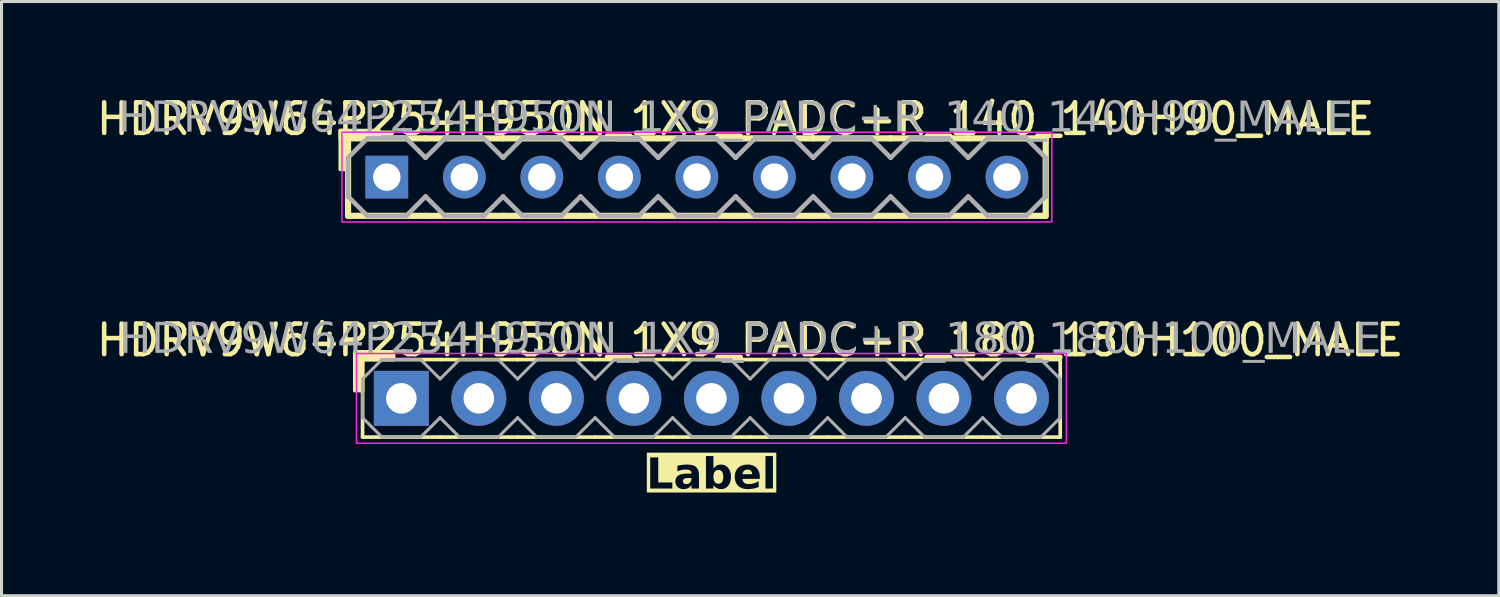
<source format=kicad_pcb>
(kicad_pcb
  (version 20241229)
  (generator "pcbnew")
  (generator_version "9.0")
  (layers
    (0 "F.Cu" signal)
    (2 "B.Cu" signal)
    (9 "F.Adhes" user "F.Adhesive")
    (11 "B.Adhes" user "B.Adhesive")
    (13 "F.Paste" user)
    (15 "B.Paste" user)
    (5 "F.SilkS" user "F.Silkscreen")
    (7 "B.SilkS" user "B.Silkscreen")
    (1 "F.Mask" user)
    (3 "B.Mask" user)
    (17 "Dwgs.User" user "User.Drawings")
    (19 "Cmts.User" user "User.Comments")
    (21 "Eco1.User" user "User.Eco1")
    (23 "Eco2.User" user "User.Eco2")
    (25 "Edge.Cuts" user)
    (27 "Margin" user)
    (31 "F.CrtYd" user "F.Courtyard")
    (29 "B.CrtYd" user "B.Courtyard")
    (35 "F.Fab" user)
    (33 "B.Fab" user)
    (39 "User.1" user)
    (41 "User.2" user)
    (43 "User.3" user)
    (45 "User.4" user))
  (footprint "HDRV9W64P254H950N_1X9_PADC+R_180_180H100_MALE"
    (layer "F.Cu")
    (at 20.26 10.002)
    (property "Reference" "HDRV9W64P254H950N_1X9_PADC+R_180_180H100_MALE" (at 1.27 -1.905 0) (layer "F.SilkS") (effects (font (size 1 1) (thickness 0.15))))
    (property "Label" "Label" (at 0 2.54 0) (layer "F.SilkS" knockout) (effects (font (face "Tahoma") (size 1 1) (thickness 0.2) (bold yes))))
    (attr through_hole)
    (fp_line (start -11.43 1.27) (end -11.43 -1.27) (stroke (width 0.12) (type solid)) (layer "F.SilkS"))
    (fp_line (start -8.89 -1.27) (end -11.43 -1.27) (stroke (width 0.12) (type solid)) (layer "F.SilkS"))
    (fp_line (start -8.89 1.27) (end -11.43 1.27) (stroke (width 0.12) (type solid)) (layer "F.SilkS"))
    (fp_line (start -6.35 -1.27) (end -8.89 -1.27) (stroke (width 0.12) (type solid)) (layer "F.SilkS"))
    (fp_line (start -6.35 1.27) (end -8.89 1.27) (stroke (width 0.12) (type solid)) (layer "F.SilkS"))
    (fp_line (start -3.81 -1.27) (end -6.35 -1.27) (stroke (width 0.12) (type solid)) (layer "F.SilkS"))
    (fp_line (start -3.81 1.27) (end -6.35 1.27) (stroke (width 0.12) (type solid)) (layer "F.SilkS"))
    (fp_line (start -1.27 -1.27) (end -3.81 -1.27) (stroke (width 0.12) (type solid)) (layer "F.SilkS"))
    (fp_line (start -1.27 1.27) (end -3.81 1.27) (stroke (width 0.12) (type solid)) (layer "F.SilkS"))
    (fp_line (start 1.27 -1.27) (end -1.27 -1.27) (stroke (width 0.12) (type solid)) (layer "F.SilkS"))
    (fp_line (start 1.27 1.27) (end -1.27 1.27) (stroke (width 0.12) (type solid)) (layer "F.SilkS"))
    (fp_line (start 3.81 -1.27) (end 1.27 -1.27) (stroke (width 0.12) (type solid)) (layer "F.SilkS"))
    (fp_line (start 3.81 1.27) (end 1.27 1.27) (stroke (width 0.12) (type solid)) (layer "F.SilkS"))
    (fp_line (start 6.35 -1.27) (end 3.81 -1.27) (stroke (width 0.12) (type solid)) (layer "F.SilkS"))
    (fp_line (start 6.35 1.27) (end 3.81 1.27) (stroke (width 0.12) (type solid)) (layer "F.SilkS"))
    (fp_line (start 8.89 -1.27) (end 6.35 -1.27) (stroke (width 0.12) (type solid)) (layer "F.SilkS"))
    (fp_line (start 8.89 1.27) (end 6.35 1.27) (stroke (width 0.12) (type solid)) (layer "F.SilkS"))
    (fp_line (start 11.43 -1.27) (end 8.89 -1.27) (stroke (width 0.12) (type solid)) (layer "F.SilkS"))
    (fp_line (start 11.43 1.27) (end 8.89 1.27) (stroke (width 0.12) (type solid)) (layer "F.SilkS"))
    (fp_line (start 11.43 1.27) (end 11.43 -1.27) (stroke (width 0.12) (type solid)) (layer "F.SilkS"))
    (fp_rect (start -11.684 -0.254) (end -11.43 -1.524) (stroke (width 0.12) (type solid)) (fill yes) (layer "F.SilkS"))
    (fp_rect (start -10.414 -1.27) (end -11.684 -1.524) (stroke (width 0.12) (type solid)) (fill yes) (layer "F.SilkS"))
    (fp_rect (start -11.63 -1.47) (end 11.63 1.47) (stroke (width 0.05) (type default)) (fill no) (layer "F.CrtYd"))
    (fp_line (start -11.43 -0.635) (end -11.43 0.635) (stroke (width 0.1) (type solid)) (layer "F.Fab"))
    (fp_line (start -11.43 -0.635) (end -10.795 -1.27) (stroke (width 0.1) (type solid)) (layer "F.Fab"))
    (fp_line (start -10.795 -1.27) (end -9.525 -1.27) (stroke (width 0.1) (type solid)) (layer "F.Fab"))
    (fp_line (start -10.795 1.27) (end -11.43 0.635) (stroke (width 0.1) (type solid)) (layer "F.Fab"))
    (fp_line (start -9.525 -1.27) (end -8.89 -0.635) (stroke (width 0.1) (type solid)) (layer "F.Fab"))
    (fp_line (start -9.525 1.27) (end -10.795 1.27) (stroke (width 0.1) (type solid)) (layer "F.Fab"))
    (fp_line (start -8.89 -0.635) (end -8.255 -1.27) (stroke (width 0.1) (type solid)) (layer "F.Fab"))
    (fp_line (start -8.89 0.635) (end -9.525 1.27) (stroke (width 0.1) (type solid)) (layer "F.Fab"))
    (fp_line (start -8.255 -1.27) (end -6.985 -1.27) (stroke (width 0.1) (type solid)) (layer "F.Fab"))
    (fp_line (start -8.255 1.27) (end -8.89 0.635) (stroke (width 0.1) (type solid)) (layer "F.Fab"))
    (fp_line (start -6.985 -1.27) (end -6.35 -0.635) (stroke (width 0.1) (type solid)) (layer "F.Fab"))
    (fp_line (start -6.985 1.27) (end -8.255 1.27) (stroke (width 0.1) (type solid)) (layer "F.Fab"))
    (fp_line (start -6.35 -0.635) (end -5.715 -1.27) (stroke (width 0.1) (type solid)) (layer "F.Fab"))
    (fp_line (start -6.35 0.635) (end -6.985 1.27) (stroke (width 0.1) (type solid)) (layer "F.Fab"))
    (fp_line (start -5.715 -1.27) (end -4.445 -1.27) (stroke (width 0.1) (type solid)) (layer "F.Fab"))
    (fp_line (start -5.715 1.27) (end -6.35 0.635) (stroke (width 0.1) (type solid)) (layer "F.Fab"))
    (fp_line (start -4.445 -1.27) (end -3.81 -0.635) (stroke (width 0.1) (type solid)) (layer "F.Fab"))
    (fp_line (start -4.445 1.27) (end -5.715 1.27) (stroke (width 0.1) (type solid)) (layer "F.Fab"))
    (fp_line (start -3.81 -0.635) (end -3.175 -1.27) (stroke (width 0.1) (type solid)) (layer "F.Fab"))
    (fp_line (start -3.81 0.635) (end -4.445 1.27) (stroke (width 0.1) (type solid)) (layer "F.Fab"))
    (fp_line (start -3.175 -1.27) (end -1.905 -1.27) (stroke (width 0.1) (type solid)) (layer "F.Fab"))
    (fp_line (start -3.175 1.27) (end -3.81 0.635) (stroke (width 0.1) (type solid)) (layer "F.Fab"))
    (fp_line (start -1.905 -1.27) (end -1.27 -0.635) (stroke (width 0.1) (type solid)) (layer "F.Fab"))
    (fp_line (start -1.905 1.27) (end -3.175 1.27) (stroke (width 0.1) (type solid)) (layer "F.Fab"))
    (fp_line (start -1.27 -0.635) (end -0.635 -1.27) (stroke (width 0.1) (type solid)) (layer "F.Fab"))
    (fp_line (start -1.27 0.635) (end -1.905 1.27) (stroke (width 0.1) (type solid)) (layer "F.Fab"))
    (fp_line (start -0.635 -1.27) (end 0.635 -1.27) (stroke (width 0.1) (type solid)) (layer "F.Fab"))
    (fp_line (start -0.635 1.27) (end -1.27 0.635) (stroke (width 0.1) (type solid)) (layer "F.Fab"))
    (fp_line (start 0.635 -1.27) (end 1.27 -0.635) (stroke (width 0.1) (type solid)) (layer "F.Fab"))
    (fp_line (start 0.635 1.27) (end -0.635 1.27) (stroke (width 0.1) (type solid)) (layer "F.Fab"))
    (fp_line (start 1.27 -0.635) (end 1.905 -1.27) (stroke (width 0.1) (type solid)) (layer "F.Fab"))
    (fp_line (start 1.27 0.635) (end 0.635 1.27) (stroke (width 0.1) (type solid)) (layer "F.Fab"))
    (fp_line (start 1.905 -1.27) (end 3.175 -1.27) (stroke (width 0.1) (type solid)) (layer "F.Fab"))
    (fp_line (start 1.905 1.27) (end 1.27 0.635) (stroke (width 0.1) (type solid)) (layer "F.Fab"))
    (fp_line (start 3.175 -1.27) (end 3.81 -0.635) (stroke (width 0.1) (type solid)) (layer "F.Fab"))
    (fp_line (start 3.175 1.27) (end 1.905 1.27) (stroke (width 0.1) (type solid)) (layer "F.Fab"))
    (fp_line (start 3.81 -0.635) (end 4.445 -1.27) (stroke (width 0.1) (type solid)) (layer "F.Fab"))
    (fp_line (start 3.81 0.635) (end 3.175 1.27) (stroke (width 0.1) (type solid)) (layer "F.Fab"))
    (fp_line (start 4.445 -1.27) (end 5.715 -1.27) (stroke (width 0.1) (type solid)) (layer "F.Fab"))
    (fp_line (start 4.445 1.27) (end 3.81 0.635) (stroke (width 0.1) (type solid)) (layer "F.Fab"))
    (fp_line (start 5.715 -1.27) (end 6.35 -0.635) (stroke (width 0.1) (type solid)) (layer "F.Fab"))
    (fp_line (start 5.715 1.27) (end 4.445 1.27) (stroke (width 0.1) (type solid)) (layer "F.Fab"))
    (fp_line (start 6.35 -0.635) (end 6.985 -1.27) (stroke (width 0.1) (type solid)) (layer "F.Fab"))
    (fp_line (start 6.35 0.635) (end 5.715 1.27) (stroke (width 0.1) (type solid)) (layer "F.Fab"))
    (fp_line (start 6.985 -1.27) (end 8.255 -1.27) (stroke (width 0.1) (type solid)) (layer "F.Fab"))
    (fp_line (start 6.985 1.27) (end 6.35 0.635) (stroke (width 0.1) (type solid)) (layer "F.Fab"))
    (fp_line (start 8.255 -1.27) (end 8.89 -0.635) (stroke (width 0.1) (type solid)) (layer "F.Fab"))
    (fp_line (start 8.255 1.27) (end 6.985 1.27) (stroke (width 0.1) (type solid)) (layer "F.Fab"))
    (fp_line (start 8.89 -0.635) (end 9.525 -1.27) (stroke (width 0.1) (type solid)) (layer "F.Fab"))
    (fp_line (start 8.89 0.635) (end 8.255 1.27) (stroke (width 0.1) (type solid)) (layer "F.Fab"))
    (fp_line (start 9.525 -1.27) (end 10.795 -1.27) (stroke (width 0.1) (type solid)) (layer "F.Fab"))
    (fp_line (start 9.525 1.27) (end 8.89 0.635) (stroke (width 0.1) (type solid)) (layer "F.Fab"))
    (fp_line (start 10.795 -1.27) (end 11.43 -0.635) (stroke (width 0.1) (type solid)) (layer "F.Fab"))
    (fp_line (start 10.795 1.27) (end 9.525 1.27) (stroke (width 0.1) (type solid)) (layer "F.Fab"))
    (fp_line (start 11.43 -0.635) (end 11.43 0.635) (stroke (width 0.1) (type solid)) (layer "F.Fab"))
    (fp_line (start 11.43 0.635) (end 10.795 1.27) (stroke (width 0.1) (type solid)) (layer "F.Fab"))
    (fp_rect (start -9.906 -0.254) (end -10.414 0.254) (stroke (width 0.1) (type solid)) (fill no) (layer "F.Fab"))
    (fp_rect (start -7.366 -0.254) (end -7.874 0.254) (stroke (width 0.1) (type solid)) (fill no) (layer "F.Fab"))
    (fp_rect (start -4.826 -0.254) (end -5.334 0.254) (stroke (width 0.1) (type solid)) (fill no) (layer "F.Fab"))
    (fp_rect (start -2.286 -0.254) (end -2.794 0.254) (stroke (width 0.1) (type solid)) (fill no) (layer "F.Fab"))
    (fp_rect (start 0.254 -0.254) (end -0.254 0.254) (stroke (width 0.1) (type solid)) (fill no) (layer "F.Fab"))
    (fp_rect (start 2.794 -0.254) (end 2.286 0.254) (stroke (width 0.1) (type solid)) (fill no) (layer "F.Fab"))
    (fp_rect (start 5.334 -0.254) (end 4.826 0.254) (stroke (width 0.1) (type solid)) (fill no) (layer "F.Fab"))
    (fp_rect (start 7.874 -0.254) (end 7.366 0.254) (stroke (width 0.1) (type solid)) (fill no) (layer "F.Fab"))
    (fp_rect (start 10.414 -0.254) (end 9.906 0.254) (stroke (width 0.1) (type solid)) (fill no) (layer "F.Fab"))
    (fp_text user "${REFERENCE}" (at 1.27 -1.905 0) (layer "F.Fab") (effects (font (face "Tahoma") (size 1 1) (thickness 0.15))))
    (pad "1" thru_hole rect (at -10.16 0) (size 1.8 1.8) (drill 1) (layers "*.Cu" "*.Mask"))
    (pad "2" thru_hole circle (at -7.62 0) (size 1.8 1.8) (drill 1) (layers "*.Cu" "*.Mask"))
    (pad "3" thru_hole circle (at -5.08 0) (size 1.8 1.8) (drill 1) (layers "*.Cu" "*.Mask"))
    (pad "4" thru_hole circle (at -2.54 0) (size 1.8 1.8) (drill 1) (layers "*.Cu" "*.Mask"))
    (pad "5" thru_hole circle (at 0 0) (size 1.8 1.8) (drill 1) (layers "*.Cu" "*.Mask"))
    (pad "6" thru_hole circle (at 2.54 0) (size 1.8 1.8) (drill 1) (layers "*.Cu" "*.Mask"))
    (pad "7" thru_hole circle (at 5.08 0) (size 1.8 1.8) (drill 1) (layers "*.Cu" "*.Mask"))
    (pad "8" thru_hole circle (at 7.62 0) (size 1.8 1.8) (drill 1) (layers "*.Cu" "*.Mask"))
    (pad "9" thru_hole circle (at 10.16 0) (size 1.8 1.8) (drill 1) (layers "*.Cu" "*.Mask")))
  (footprint "HDRV9W64P254H950N_1X9_PADC+R_140_140H90_MALE"
    (layer "F.Cu")
    (at 19.784 2.753)
    (property "Reference" "HDRV9W64P254H950N_1X9_PADC+R_140_140H90_MALE" (at 1.27 -1.905 0) (layer "F.SilkS") (effects (font (size 1 1) (thickness 0.15))))
    (attr through_hole)
    (fp_line (start -11.43 1.27) (end -11.43 -1.27) (stroke (width 0.203) (type solid)) (layer "F.SilkS"))
    (fp_line (start -8.89 -1.27) (end -11.43 -1.27) (stroke (width 0.203) (type solid)) (layer "F.SilkS"))
    (fp_line (start -8.89 1.27) (end -11.43 1.27) (stroke (width 0.203) (type solid)) (layer "F.SilkS"))
    (fp_line (start -6.35 -1.27) (end -8.89 -1.27) (stroke (width 0.203) (type solid)) (layer "F.SilkS"))
    (fp_line (start -6.35 1.27) (end -8.89 1.27) (stroke (width 0.203) (type solid)) (layer "F.SilkS"))
    (fp_line (start -3.81 -1.27) (end -6.35 -1.27) (stroke (width 0.203) (type solid)) (layer "F.SilkS"))
    (fp_line (start -3.81 1.27) (end -6.35 1.27) (stroke (width 0.203) (type solid)) (layer "F.SilkS"))
    (fp_line (start -1.27 -1.27) (end -3.81 -1.27) (stroke (width 0.203) (type solid)) (layer "F.SilkS"))
    (fp_line (start -1.27 1.27) (end -3.81 1.27) (stroke (width 0.203) (type solid)) (layer "F.SilkS"))
    (fp_line (start 1.27 -1.27) (end -1.27 -1.27) (stroke (width 0.203) (type solid)) (layer "F.SilkS"))
    (fp_line (start 1.27 1.27) (end -1.27 1.27) (stroke (width 0.203) (type solid)) (layer "F.SilkS"))
    (fp_line (start 3.81 -1.27) (end 1.27 -1.27) (stroke (width 0.203) (type solid)) (layer "F.SilkS"))
    (fp_line (start 3.81 1.27) (end 1.27 1.27) (stroke (width 0.203) (type solid)) (layer "F.SilkS"))
    (fp_line (start 6.35 -1.27) (end 3.81 -1.27) (stroke (width 0.203) (type solid)) (layer "F.SilkS"))
    (fp_line (start 6.35 1.27) (end 3.81 1.27) (stroke (width 0.203) (type solid)) (layer "F.SilkS"))
    (fp_line (start 8.89 -1.27) (end 6.35 -1.27) (stroke (width 0.203) (type solid)) (layer "F.SilkS"))
    (fp_line (start 8.89 1.27) (end 6.35 1.27) (stroke (width 0.203) (type solid)) (layer "F.SilkS"))
    (fp_line (start 11.43 -1.27) (end 8.89 -1.27) (stroke (width 0.203) (type solid)) (layer "F.SilkS"))
    (fp_line (start 11.43 1.27) (end 8.89 1.27) (stroke (width 0.203) (type solid)) (layer "F.SilkS"))
    (fp_line (start 11.43 1.27) (end 11.43 -1.27) (stroke (width 0.203) (type solid)) (layer "F.SilkS"))
    (fp_rect (start -11.684 -0.254) (end -11.43 -1.524) (stroke (width 0.12) (type solid)) (fill yes) (layer "F.SilkS"))
    (fp_rect (start -10.414 -1.27) (end -11.684 -1.524) (stroke (width 0.12) (type solid)) (fill yes) (layer "F.SilkS"))
    (fp_rect (start -11.63 -1.47) (end 11.63 1.47) (stroke (width 0.05) (type default)) (fill no) (layer "F.CrtYd"))
    (fp_line (start -11.43 -0.635) (end -11.43 0.635) (stroke (width 0.152) (type solid)) (layer "F.Fab"))
    (fp_line (start -11.43 -0.635) (end -10.795 -1.27) (stroke (width 0.152) (type solid)) (layer "F.Fab"))
    (fp_line (start -10.795 -1.27) (end -9.525 -1.27) (stroke (width 0.152) (type solid)) (layer "F.Fab"))
    (fp_line (start -10.795 1.27) (end -11.43 0.635) (stroke (width 0.152) (type solid)) (layer "F.Fab"))
    (fp_line (start -9.525 -1.27) (end -8.89 -0.635) (stroke (width 0.152) (type solid)) (layer "F.Fab"))
    (fp_line (start -9.525 1.27) (end -10.795 1.27) (stroke (width 0.152) (type solid)) (layer "F.Fab"))
    (fp_line (start -8.89 -0.635) (end -8.255 -1.27) (stroke (width 0.152) (type solid)) (layer "F.Fab"))
    (fp_line (start -8.89 0.635) (end -9.525 1.27) (stroke (width 0.152) (type solid)) (layer "F.Fab"))
    (fp_line (start -8.255 -1.27) (end -6.985 -1.27) (stroke (width 0.152) (type solid)) (layer "F.Fab"))
    (fp_line (start -8.255 1.27) (end -8.89 0.635) (stroke (width 0.152) (type solid)) (layer "F.Fab"))
    (fp_line (start -6.985 -1.27) (end -6.35 -0.635) (stroke (width 0.152) (type solid)) (layer "F.Fab"))
    (fp_line (start -6.985 1.27) (end -8.255 1.27) (stroke (width 0.152) (type solid)) (layer "F.Fab"))
    (fp_line (start -6.35 -0.635) (end -5.715 -1.27) (stroke (width 0.152) (type solid)) (layer "F.Fab"))
    (fp_line (start -6.35 0.635) (end -6.985 1.27) (stroke (width 0.152) (type solid)) (layer "F.Fab"))
    (fp_line (start -5.715 -1.27) (end -4.445 -1.27) (stroke (width 0.152) (type solid)) (layer "F.Fab"))
    (fp_line (start -5.715 1.27) (end -6.35 0.635) (stroke (width 0.152) (type solid)) (layer "F.Fab"))
    (fp_line (start -4.445 -1.27) (end -3.81 -0.635) (stroke (width 0.152) (type solid)) (layer "F.Fab"))
    (fp_line (start -4.445 1.27) (end -5.715 1.27) (stroke (width 0.152) (type solid)) (layer "F.Fab"))
    (fp_line (start -3.81 -0.635) (end -3.175 -1.27) (stroke (width 0.152) (type solid)) (layer "F.Fab"))
    (fp_line (start -3.81 0.635) (end -4.445 1.27) (stroke (width 0.152) (type solid)) (layer "F.Fab"))
    (fp_line (start -3.175 -1.27) (end -1.905 -1.27) (stroke (width 0.152) (type solid)) (layer "F.Fab"))
    (fp_line (start -3.175 1.27) (end -3.81 0.635) (stroke (width 0.152) (type solid)) (layer "F.Fab"))
    (fp_line (start -1.905 -1.27) (end -1.27 -0.635) (stroke (width 0.152) (type solid)) (layer "F.Fab"))
    (fp_line (start -1.905 1.27) (end -3.175 1.27) (stroke (width 0.152) (type solid)) (layer "F.Fab"))
    (fp_line (start -1.27 -0.635) (end -0.635 -1.27) (stroke (width 0.152) (type solid)) (layer "F.Fab"))
    (fp_line (start -1.27 0.635) (end -1.905 1.27) (stroke (width 0.152) (type solid)) (layer "F.Fab"))
    (fp_line (start -0.635 -1.27) (end 0.635 -1.27) (stroke (width 0.152) (type solid)) (layer "F.Fab"))
    (fp_line (start -0.635 1.27) (end -1.27 0.635) (stroke (width 0.152) (type solid)) (layer "F.Fab"))
    (fp_line (start 0.635 -1.27) (end 1.27 -0.635) (stroke (width 0.152) (type solid)) (layer "F.Fab"))
    (fp_line (start 0.635 1.27) (end -0.635 1.27) (stroke (width 0.152) (type solid)) (layer "F.Fab"))
    (fp_line (start 1.27 -0.635) (end 1.905 -1.27) (stroke (width 0.152) (type solid)) (layer "F.Fab"))
    (fp_line (start 1.27 0.635) (end 0.635 1.27) (stroke (width 0.152) (type solid)) (layer "F.Fab"))
    (fp_line (start 1.905 -1.27) (end 3.175 -1.27) (stroke (width 0.152) (type solid)) (layer "F.Fab"))
    (fp_line (start 1.905 1.27) (end 1.27 0.635) (stroke (width 0.152) (type solid)) (layer "F.Fab"))
    (fp_line (start 3.175 -1.27) (end 3.81 -0.635) (stroke (width 0.152) (type solid)) (layer "F.Fab"))
    (fp_line (start 3.175 1.27) (end 1.905 1.27) (stroke (width 0.152) (type solid)) (layer "F.Fab"))
    (fp_line (start 3.81 -0.635) (end 4.445 -1.27) (stroke (width 0.152) (type solid)) (layer "F.Fab"))
    (fp_line (start 3.81 0.635) (end 3.175 1.27) (stroke (width 0.152) (type solid)) (layer "F.Fab"))
    (fp_line (start 4.445 -1.27) (end 5.715 -1.27) (stroke (width 0.152) (type solid)) (layer "F.Fab"))
    (fp_line (start 4.445 1.27) (end 3.81 0.635) (stroke (width 0.152) (type solid)) (layer "F.Fab"))
    (fp_line (start 5.715 -1.27) (end 6.35 -0.635) (stroke (width 0.152) (type solid)) (layer "F.Fab"))
    (fp_line (start 5.715 1.27) (end 4.445 1.27) (stroke (width 0.152) (type solid)) (layer "F.Fab"))
    (fp_line (start 6.35 -0.635) (end 6.985 -1.27) (stroke (width 0.152) (type solid)) (layer "F.Fab"))
    (fp_line (start 6.35 0.635) (end 5.715 1.27) (stroke (width 0.152) (type solid)) (layer "F.Fab"))
    (fp_line (start 6.985 -1.27) (end 8.255 -1.27) (stroke (width 0.152) (type solid)) (layer "F.Fab"))
    (fp_line (start 6.985 1.27) (end 6.35 0.635) (stroke (width 0.152) (type solid)) (layer "F.Fab"))
    (fp_line (start 8.255 -1.27) (end 8.89 -0.635) (stroke (width 0.152) (type solid)) (layer "F.Fab"))
    (fp_line (start 8.255 1.27) (end 6.985 1.27) (stroke (width 0.152) (type solid)) (layer "F.Fab"))
    (fp_line (start 8.89 -0.635) (end 9.525 -1.27) (stroke (width 0.152) (type solid)) (layer "F.Fab"))
    (fp_line (start 8.89 0.635) (end 8.255 1.27) (stroke (width 0.152) (type solid)) (layer "F.Fab"))
    (fp_line (start 9.525 -1.27) (end 10.795 -1.27) (stroke (width 0.152) (type solid)) (layer "F.Fab"))
    (fp_line (start 9.525 1.27) (end 8.89 0.635) (stroke (width 0.152) (type solid)) (layer "F.Fab"))
    (fp_line (start 10.795 -1.27) (end 11.43 -0.635) (stroke (width 0.152) (type solid)) (layer "F.Fab"))
    (fp_line (start 10.795 1.27) (end 9.525 1.27) (stroke (width 0.152) (type solid)) (layer "F.Fab"))
    (fp_line (start 11.43 -0.635) (end 11.43 0.635) (stroke (width 0.152) (type solid)) (layer "F.Fab"))
    (fp_line (start 11.43 0.635) (end 10.795 1.27) (stroke (width 0.152) (type solid)) (layer "F.Fab"))
    (fp_rect (start -9.906 -0.254) (end -10.414 0.254) (stroke (width 0.152) (type solid)) (fill no) (layer "F.Fab"))
    (fp_rect (start -7.366 -0.254) (end -7.874 0.254) (stroke (width 0.152) (type solid)) (fill no) (layer "F.Fab"))
    (fp_rect (start -4.826 -0.254) (end -5.334 0.254) (stroke (width 0.152) (type solid)) (fill no) (layer "F.Fab"))
    (fp_rect (start -2.286 -0.254) (end -2.794 0.254) (stroke (width 0.152) (type solid)) (fill no) (layer "F.Fab"))
    (fp_rect (start 0.254 -0.254) (end -0.254 0.254) (stroke (width 0.152) (type solid)) (fill no) (layer "F.Fab"))
    (fp_rect (start 2.794 -0.254) (end 2.286 0.254) (stroke (width 0.152) (type solid)) (fill no) (layer "F.Fab"))
    (fp_rect (start 5.334 -0.254) (end 4.826 0.254) (stroke (width 0.152) (type solid)) (fill no) (layer "F.Fab"))
    (fp_rect (start 7.874 -0.254) (end 7.366 0.254) (stroke (width 0.152) (type solid)) (fill no) (layer "F.Fab"))
    (fp_rect (start 10.414 -0.254) (end 9.906 0.254) (stroke (width 0.152) (type solid)) (fill no) (layer "F.Fab"))
    (fp_text user "${REFERENCE}" (at 1.27 -1.905 0) (layer "F.Fab") (effects (font (face "Tahoma") (size 1 1) (thickness 0.15))))
    (pad "1" thru_hole rect (at -10.16 0) (size 1.4 1.4) (drill 0.9) (layers "*.Cu" "*.Mask"))
    (pad "2" thru_hole circle (at -7.62 0) (size 1.4 1.4) (drill 0.9) (layers "*.Cu" "*.Mask"))
    (pad "3" thru_hole circle (at -5.08 0) (size 1.4 1.4) (drill 0.9) (layers "*.Cu" "*.Mask"))
    (pad "4" thru_hole circle (at -2.54 0) (size 1.4 1.4) (drill 0.9) (layers "*.Cu" "*.Mask"))
    (pad "5" thru_hole circle (at 0 0) (size 1.4 1.4) (drill 0.9) (layers "*.Cu" "*.Mask"))
    (pad "6" thru_hole circle (at 2.54 0) (size 1.4 1.4) (drill 0.9) (layers "*.Cu" "*.Mask"))
    (pad "7" thru_hole circle (at 5.08 0) (size 1.4 1.4) (drill 0.9) (layers "*.Cu" "*.Mask"))
    (pad "8" thru_hole circle (at 7.62 0) (size 1.4 1.4) (drill 0.9) (layers "*.Cu" "*.Mask"))
    (pad "9" thru_hole circle (at 10.16 0) (size 1.4 1.4) (drill 0.9) (layers "*.Cu" "*.Mask")))
  (gr_rect
    (start -3 -3)
    (end 46.06 16.469)
    (stroke (width 0.1) (type default))
    (fill no)
    (layer "Edge.Cuts")))
</source>
